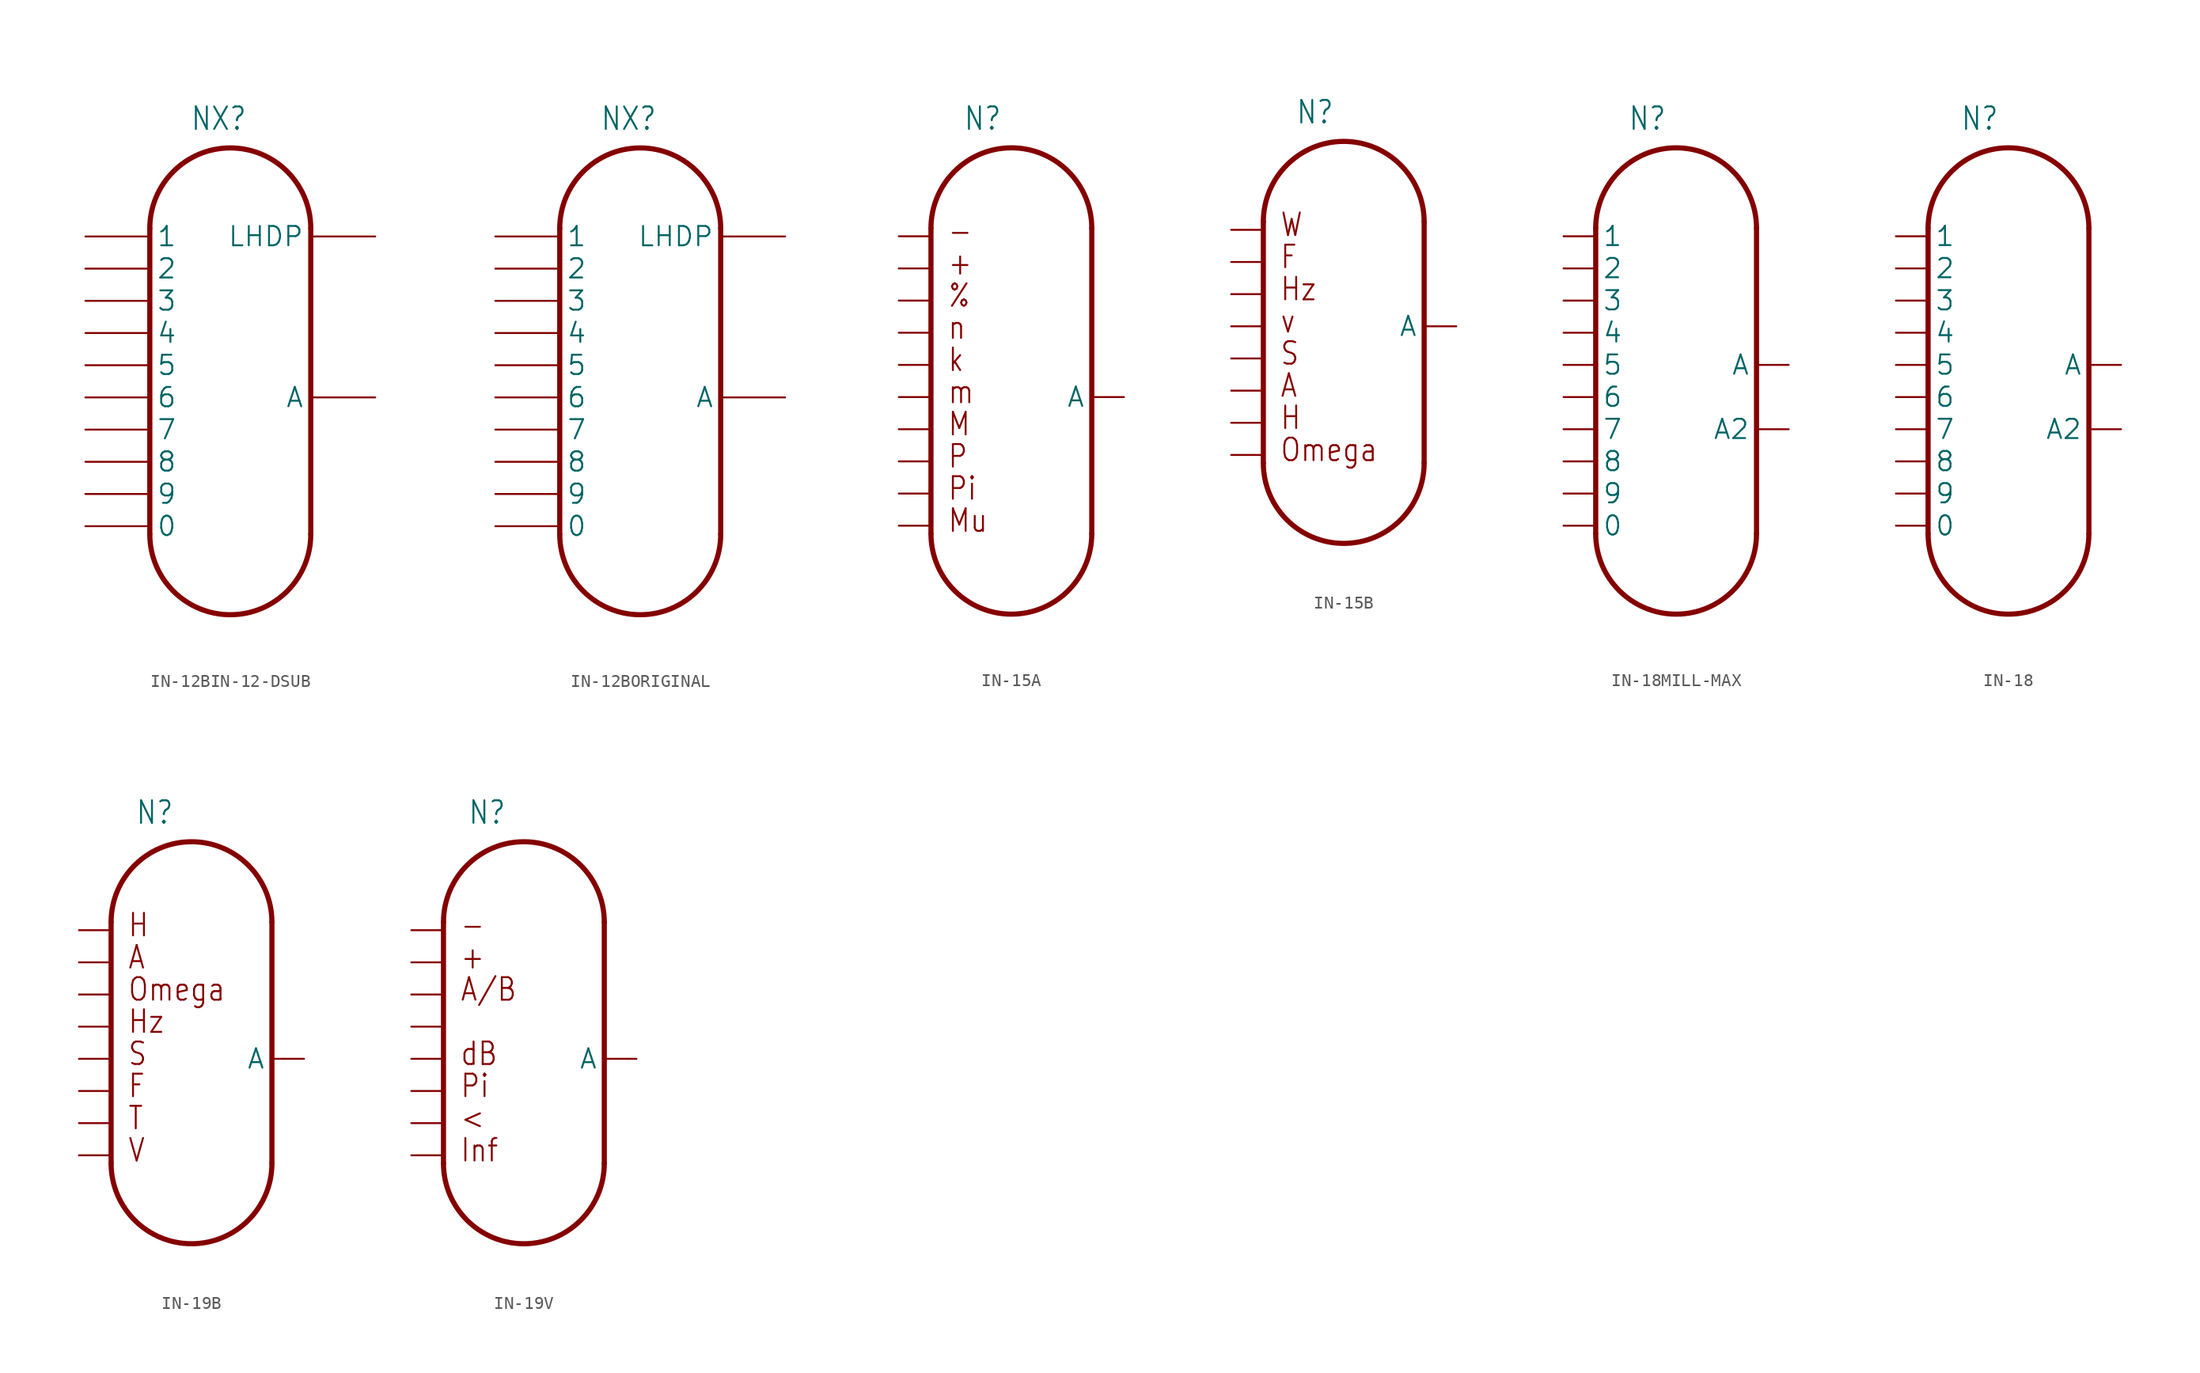
<source format=kicad_sym>
(kicad_symbol_lib
  (version 20241209)
  (generator "kicad_symbol_editor")
  (generator_version "9.0")
  (symbol "IN-12BIN-12-DSUB"
    (property "Reference" "NX"
      (at -4.445 20.955 0)
      (effects (font (size 1.778 1.511)) (justify left bottom)))
    (property "ki_locked" ""
      (at 0 0 0)
      (effects (font (size 1.27 1.27))))
    (symbol "IN-12BIN-12-DSUB_1_0"
      (polyline (pts (xy -7.62 -10.795) (xy -7.62 13.335)) (stroke (width 0.406) (type solid)) (fill (type none)))
      (arc (start -7.62 13.335) (mid -1.27 19.685) (end 5.08 13.335) (stroke (width 0.4064) (type solid)) (fill (type none)))
      (arc (start 5.08 -10.795) (mid -1.27 -17.145) (end -7.62 -10.795) (stroke (width 0.4064) (type solid)) (fill (type none)))
      (polyline (pts (xy 5.08 -10.795) (xy 5.08 13.335)) (stroke (width 0.406) (type solid)) (fill (type none)))
      (pin bidirectional line (at -12.7 12.7 0) (length 5.08) (name "1" (effects (font (size 1.524 1.524)))) (number "1" (effects (font (size 0 0)))))
      (pin bidirectional line (at -12.7 10.16 0) (length 5.08) (name "2" (effects (font (size 1.524 1.524)))) (number "2" (effects (font (size 0 0)))))
      (pin bidirectional line (at -12.7 7.62 0) (length 5.08) (name "3" (effects (font (size 1.524 1.524)))) (number "3" (effects (font (size 0 0)))))
      (pin bidirectional line (at -12.7 5.08 0) (length 5.08) (name "4" (effects (font (size 1.524 1.524)))) (number "4" (effects (font (size 0 0)))))
      (pin bidirectional line (at -12.7 2.54 0) (length 5.08) (name "5" (effects (font (size 1.524 1.524)))) (number "5" (effects (font (size 0 0)))))
      (pin bidirectional line (at -12.7 0 0) (length 5.08) (name "6" (effects (font (size 1.524 1.524)))) (number "6" (effects (font (size 0 0)))))
      (pin bidirectional line (at -12.7 -2.54 0) (length 5.08) (name "7" (effects (font (size 1.524 1.524)))) (number "7" (effects (font (size 0 0)))))
      (pin bidirectional line (at -12.7 -5.08 0) (length 5.08) (name "8" (effects (font (size 1.524 1.524)))) (number "8" (effects (font (size 0 0)))))
      (pin bidirectional line (at -12.7 -7.62 0) (length 5.08) (name "9" (effects (font (size 1.524 1.524)))) (number "9" (effects (font (size 0 0)))))
      (pin bidirectional line (at -12.7 -10.16 0) (length 5.08) (name "0" (effects (font (size 1.524 1.524)))) (number "0" (effects (font (size 0 0)))))
      (pin bidirectional line (at 10.16 12.7 180) (length 5.08) (name "LHDP" (effects (font (size 1.524 1.524)))) (number "LHDP" (effects (font (size 0 0)))))
      (pin bidirectional line (at 10.16 0 180) (length 5.08) (name "A" (effects (font (size 1.524 1.524)))) (number "A" (effects (font (size 0 0)))))))
  (symbol "IN-12BORIGINAL"
    (property "Reference" "NX"
      (at -4.445 20.955 0)
      (effects (font (size 1.778 1.511)) (justify left bottom)))
    (symbol "IN-12BORIGINAL_1_0"
      (polyline (pts (xy -7.62 -10.795) (xy -7.62 13.335)) (stroke (width 0.406) (type solid)) (fill (type none)))
      (arc (start -7.62 13.335) (mid -1.27 19.685) (end 5.08 13.335) (stroke (width 0.4064) (type solid)) (fill (type none)))
      (arc (start 5.08 -10.795) (mid -1.27 -17.145) (end -7.62 -10.795) (stroke (width 0.4064) (type solid)) (fill (type none)))
      (polyline (pts (xy 5.08 -10.795) (xy 5.08 13.335)) (stroke (width 0.406) (type solid)) (fill (type none)))
      (pin bidirectional line (at -12.7 12.7 0) (length 5.08) (name "1" (effects (font (size 1.524 1.524)))) (number "1" (effects (font (size 0 0)))))
      (pin bidirectional line (at -12.7 10.16 0) (length 5.08) (name "2" (effects (font (size 1.524 1.524)))) (number "2" (effects (font (size 0 0)))))
      (pin bidirectional line (at -12.7 7.62 0) (length 5.08) (name "3" (effects (font (size 1.524 1.524)))) (number "3" (effects (font (size 0 0)))))
      (pin bidirectional line (at -12.7 5.08 0) (length 5.08) (name "4" (effects (font (size 1.524 1.524)))) (number "4" (effects (font (size 0 0)))))
      (pin bidirectional line (at -12.7 2.54 0) (length 5.08) (name "5" (effects (font (size 1.524 1.524)))) (number "5" (effects (font (size 0 0)))))
      (pin bidirectional line (at -12.7 0 0) (length 5.08) (name "6" (effects (font (size 1.524 1.524)))) (number "6" (effects (font (size 0 0)))))
      (pin bidirectional line (at -12.7 -2.54 0) (length 5.08) (name "7" (effects (font (size 1.524 1.524)))) (number "7" (effects (font (size 0 0)))))
      (pin bidirectional line (at -12.7 -5.08 0) (length 5.08) (name "8" (effects (font (size 1.524 1.524)))) (number "8" (effects (font (size 0 0)))))
      (pin bidirectional line (at -12.7 -7.62 0) (length 5.08) (name "9" (effects (font (size 1.524 1.524)))) (number "9" (effects (font (size 0 0)))))
      (pin bidirectional line (at -12.7 -10.16 0) (length 5.08) (name "0" (effects (font (size 1.524 1.524)))) (number "0" (effects (font (size 0 0)))))
      (pin bidirectional line (at 10.16 12.7 180) (length 5.08) (name "LHDP" (effects (font (size 1.524 1.524)))) (number "LHDP" (effects (font (size 0 0)))))
      (pin bidirectional line (at 10.16 0 180) (length 5.08) (name "A" (effects (font (size 1.524 1.524)))) (number "A" (effects (font (size 0 0)))))))
  (symbol "IN-15A"
    (property "Reference" "N"
      (at -2.54 20.955 0)
      (effects (font (size 1.778 1.511)) (justify left bottom)))
    (property "ki_locked" ""
      (at 0 0 0)
      (effects (font (size 1.27 1.27))))
    (symbol "IN-15A_1_0"
      (polyline (pts (xy -5.08 -10.795) (xy -5.08 13.335)) (stroke (width 0.406) (type solid)) (fill (type none)))
      (arc (start -5.08 13.335) (mid 1.27 19.685) (end 7.62 13.335) (stroke (width 0.4064) (type solid)) (fill (type none)))
      (arc (start 7.62 -10.795) (mid 1.27 -17.145) (end -5.08 -10.795) (stroke (width 0.4064) (type solid)) (fill (type none)))
      (polyline (pts (xy 7.62 -10.795) (xy 7.62 13.335)) (stroke (width 0.406) (type solid)) (fill (type none)))
      (text "-" (at -3.81 12.065 0) (effects (font (size 1.778 1.511)) (justify left bottom)))
      (text "+" (at -3.81 9.525 0) (effects (font (size 1.778 1.511)) (justify left bottom)))
      (text "%" (at -3.81 6.985 0) (effects (font (size 1.778 1.511)) (justify left bottom)))
      (text "n" (at -3.81 4.445 0) (effects (font (size 1.778 1.511)) (justify left bottom)))
      (text "k" (at -3.81 1.905 0) (effects (font (size 1.778 1.511)) (justify left bottom)))
      (text "m" (at -3.81 -0.635 0) (effects (font (size 1.778 1.511)) (justify left bottom)))
      (text "M" (at -3.81 -3.175 0) (effects (font (size 1.778 1.511)) (justify left bottom)))
      (text "P" (at -3.81 -5.715 0) (effects (font (size 1.778 1.511)) (justify left bottom)))
      (text "Pi" (at -3.81 -8.255 0) (effects (font (size 1.778 1.511)) (justify left bottom)))
      (text "Mu" (at -3.81 -10.795 0) (effects (font (size 1.778 1.511)) (justify left bottom)))
      (pin bidirectional line (at -7.62 12.7 0) (length 2.54) (name "P$1" (effects (font (size 0 0)))) (number "8" (effects (font (size 0 0)))))
      (pin bidirectional line (at -7.62 10.16 0) (length 2.54) (name "P$2" (effects (font (size 0 0)))) (number "7" (effects (font (size 0 0)))))
      (pin bidirectional line (at -7.62 7.62 0) (length 2.54) (name "P$3" (effects (font (size 0 0)))) (number "2" (effects (font (size 0 0)))))
      (pin bidirectional line (at -7.62 5.08 0) (length 2.54) (name "P$4" (effects (font (size 0 0)))) (number "1" (effects (font (size 0 0)))))
      (pin bidirectional line (at -7.62 2.54 0) (length 2.54) (name "P$5" (effects (font (size 0 0)))) (number "4" (effects (font (size 0 0)))))
      (pin bidirectional line (at -7.62 0 0) (length 2.54) (name "P$6" (effects (font (size 0 0)))) (number "6" (effects (font (size 0 0)))))
      (pin bidirectional line (at -7.62 -2.54 0) (length 2.54) (name "P$7" (effects (font (size 0 0)))) (number "5" (effects (font (size 0 0)))))
      (pin bidirectional line (at -7.62 -5.08 0) (length 2.54) (name "P$8" (effects (font (size 0 0)))) (number "9" (effects (font (size 0 0)))))
      (pin bidirectional line (at -7.62 -7.62 0) (length 2.54) (name "P$9" (effects (font (size 0 0)))) (number "3" (effects (font (size 0 0)))))
      (pin bidirectional line (at -7.62 -10.16 0) (length 2.54) (name "P$10" (effects (font (size 0 0)))) (number "0" (effects (font (size 0 0)))))
      (pin bidirectional line (at 10.16 0 180) (length 2.54) (name "A" (effects (font (size 1.524 1.524)))) (number "A" (effects (font (size 0 0)))))))
  (symbol "IN-15B"
    (property "Reference" "N"
      (at -2.54 20.955 0)
      (effects (font (size 1.778 1.511)) (justify left bottom)))
    (property "ki_locked" ""
      (at 0 0 0)
      (effects (font (size 1.27 1.27))))
    (symbol "IN-15B_1_0"
      (polyline (pts (xy -5.08 -5.715) (xy -5.08 13.335)) (stroke (width 0.406) (type solid)) (fill (type none)))
      (arc (start -5.08 13.335) (mid 1.27 19.685) (end 7.62 13.335) (stroke (width 0.4064) (type solid)) (fill (type none)))
      (arc (start 7.62 -5.7148) (mid 1.2701 -12.0649) (end -5.08 -5.715) (stroke (width 0.4064) (type solid)) (fill (type none)))
      (polyline (pts (xy 7.62 -5.715) (xy 7.62 13.335)) (stroke (width 0.406) (type solid)) (fill (type none)))
      (text "W" (at -3.81 12.065 0) (effects (font (size 1.778 1.511)) (justify left bottom)))
      (text "F" (at -3.81 9.525 0) (effects (font (size 1.778 1.511)) (justify left bottom)))
      (text "Hz" (at -3.81 6.985 0) (effects (font (size 1.778 1.511)) (justify left bottom)))
      (text "v" (at -3.81 4.445 0) (effects (font (size 1.778 1.511)) (justify left bottom)))
      (text "S" (at -3.81 1.905 0) (effects (font (size 1.778 1.511)) (justify left bottom)))
      (text "A" (at -3.81 -0.635 0) (effects (font (size 1.778 1.511)) (justify left bottom)))
      (text "H" (at -3.81 -3.175 0) (effects (font (size 1.778 1.511)) (justify left bottom)))
      (text "Omega" (at -3.81 -5.715 0) (effects (font (size 1.778 1.511)) (justify left bottom)))
      (pin bidirectional line (at -7.62 12.7 0) (length 2.54) (name "P$1" (effects (font (size 0 0)))) (number "0" (effects (font (size 0 0)))))
      (pin bidirectional line (at -7.62 10.16 0) (length 2.54) (name "P$2" (effects (font (size 0 0)))) (number "9" (effects (font (size 0 0)))))
      (pin bidirectional line (at -7.62 7.62 0) (length 2.54) (name "P$3" (effects (font (size 0 0)))) (number "7" (effects (font (size 0 0)))))
      (pin bidirectional line (at -7.62 5.08 0) (length 2.54) (name "P$4" (effects (font (size 0 0)))) (number "5" (effects (font (size 0 0)))))
      (pin bidirectional line (at -7.62 2.54 0) (length 2.54) (name "P$5" (effects (font (size 0 0)))) (number "4" (effects (font (size 0 0)))))
      (pin bidirectional line (at -7.62 0 0) (length 2.54) (name "P$6" (effects (font (size 0 0)))) (number "1" (effects (font (size 0 0)))))
      (pin bidirectional line (at -7.62 -2.54 0) (length 2.54) (name "P$7" (effects (font (size 0 0)))) (number "6" (effects (font (size 0 0)))))
      (pin bidirectional line (at -7.62 -5.08 0) (length 2.54) (name "P$8" (effects (font (size 0 0)))) (number "2" (effects (font (size 0 0)))))
      (pin bidirectional line (at 10.16 5.08 180) (length 2.54) (name "A" (effects (font (size 1.524 1.524)))) (number "A" (effects (font (size 0 0)))))))
  (symbol "IN-18MILL-MAX"
    (property "Reference" "N"
      (at -5.08 20.955 0)
      (effects (font (size 1.778 1.511)) (justify left bottom)))
    (property "ki_locked" ""
      (at 0 0 0)
      (effects (font (size 1.27 1.27))))
    (symbol "IN-18MILL-MAX_1_0"
      (polyline (pts (xy -7.62 -10.795) (xy -7.62 13.335)) (stroke (width 0.406) (type solid)) (fill (type none)))
      (arc (start -7.62 13.335) (mid -1.27 19.685) (end 5.08 13.335) (stroke (width 0.4064) (type solid)) (fill (type none)))
      (arc (start 5.08 -10.795) (mid -1.27 -17.145) (end -7.62 -10.795) (stroke (width 0.4064) (type solid)) (fill (type none)))
      (polyline (pts (xy 5.08 -10.795) (xy 5.08 13.335)) (stroke (width 0.406) (type solid)) (fill (type none)))
      (pin bidirectional line (at -10.16 12.7 0) (length 2.54) (name "1" (effects (font (size 1.524 1.524)))) (number "1" (effects (font (size 0 0)))))
      (pin bidirectional line (at -10.16 10.16 0) (length 2.54) (name "2" (effects (font (size 1.524 1.524)))) (number "2" (effects (font (size 0 0)))))
      (pin bidirectional line (at -10.16 7.62 0) (length 2.54) (name "3" (effects (font (size 1.524 1.524)))) (number "3" (effects (font (size 0 0)))))
      (pin bidirectional line (at -10.16 5.08 0) (length 2.54) (name "4" (effects (font (size 1.524 1.524)))) (number "4" (effects (font (size 0 0)))))
      (pin bidirectional line (at -10.16 2.54 0) (length 2.54) (name "5" (effects (font (size 1.524 1.524)))) (number "5" (effects (font (size 0 0)))))
      (pin bidirectional line (at -10.16 0 0) (length 2.54) (name "6" (effects (font (size 1.524 1.524)))) (number "6" (effects (font (size 0 0)))))
      (pin bidirectional line (at -10.16 -2.54 0) (length 2.54) (name "7" (effects (font (size 1.524 1.524)))) (number "7" (effects (font (size 0 0)))))
      (pin bidirectional line (at -10.16 -5.08 0) (length 2.54) (name "8" (effects (font (size 1.524 1.524)))) (number "8" (effects (font (size 0 0)))))
      (pin bidirectional line (at -10.16 -7.62 0) (length 2.54) (name "9" (effects (font (size 1.524 1.524)))) (number "9" (effects (font (size 0 0)))))
      (pin bidirectional line (at -10.16 -10.16 0) (length 2.54) (name "0" (effects (font (size 1.524 1.524)))) (number "0" (effects (font (size 0 0)))))
      (pin bidirectional line (at 7.62 2.54 180) (length 2.54) (name "A" (effects (font (size 1.524 1.524)))) (number "A" (effects (font (size 0 0)))))
      (pin bidirectional line (at 7.62 -2.54 180) (length 2.54) (name "A2" (effects (font (size 1.524 1.524)))) (number "A2" (effects (font (size 0 0)))))))
  (symbol "IN-18"
    (property "Reference" "N"
      (at -5.08 20.955 0)
      (effects (font (size 1.778 1.511)) (justify left bottom)))
    (property "ki_locked" ""
      (at 0 0 0)
      (effects (font (size 1.27 1.27))))
    (symbol "IN-18_1_0"
      (polyline (pts (xy -7.62 -10.795) (xy -7.62 13.335)) (stroke (width 0.406) (type solid)) (fill (type none)))
      (arc (start -7.62 13.335) (mid -1.27 19.685) (end 5.08 13.335) (stroke (width 0.4064) (type solid)) (fill (type none)))
      (arc (start 5.08 -10.795) (mid -1.27 -17.145) (end -7.62 -10.795) (stroke (width 0.4064) (type solid)) (fill (type none)))
      (polyline (pts (xy 5.08 -10.795) (xy 5.08 13.335)) (stroke (width 0.406) (type solid)) (fill (type none)))
      (pin bidirectional line (at -10.16 12.7 0) (length 2.54) (name "1" (effects (font (size 1.524 1.524)))) (number "1" (effects (font (size 0 0)))))
      (pin bidirectional line (at -10.16 10.16 0) (length 2.54) (name "2" (effects (font (size 1.524 1.524)))) (number "2" (effects (font (size 0 0)))))
      (pin bidirectional line (at -10.16 7.62 0) (length 2.54) (name "3" (effects (font (size 1.524 1.524)))) (number "3" (effects (font (size 0 0)))))
      (pin bidirectional line (at -10.16 5.08 0) (length 2.54) (name "4" (effects (font (size 1.524 1.524)))) (number "4" (effects (font (size 0 0)))))
      (pin bidirectional line (at -10.16 2.54 0) (length 2.54) (name "5" (effects (font (size 1.524 1.524)))) (number "5" (effects (font (size 0 0)))))
      (pin bidirectional line (at -10.16 0 0) (length 2.54) (name "6" (effects (font (size 1.524 1.524)))) (number "6" (effects (font (size 0 0)))))
      (pin bidirectional line (at -10.16 -2.54 0) (length 2.54) (name "7" (effects (font (size 1.524 1.524)))) (number "7" (effects (font (size 0 0)))))
      (pin bidirectional line (at -10.16 -5.08 0) (length 2.54) (name "8" (effects (font (size 1.524 1.524)))) (number "8" (effects (font (size 0 0)))))
      (pin bidirectional line (at -10.16 -7.62 0) (length 2.54) (name "9" (effects (font (size 1.524 1.524)))) (number "9" (effects (font (size 0 0)))))
      (pin bidirectional line (at -10.16 -10.16 0) (length 2.54) (name "0" (effects (font (size 1.524 1.524)))) (number "0" (effects (font (size 0 0)))))
      (pin bidirectional line (at 7.62 2.54 180) (length 2.54) (name "A" (effects (font (size 1.524 1.524)))) (number "A" (effects (font (size 0 0)))))
      (pin bidirectional line (at 7.62 -2.54 180) (length 2.54) (name "A2" (effects (font (size 1.524 1.524)))) (number "A2" (effects (font (size 0 0)))))))
  (symbol "IN-19B"
    (property "Reference" "N"
      (at -3.175 20.955 0)
      (effects (font (size 1.778 1.511)) (justify left bottom)))
    (property "ki_locked" ""
      (at 0 0 0)
      (effects (font (size 1.27 1.27))))
    (symbol "IN-19B_1_0"
      (polyline (pts (xy -5.08 -5.715) (xy -5.08 13.335)) (stroke (width 0.406) (type solid)) (fill (type none)))
      (arc (start -5.08 13.335) (mid 1.27 19.685) (end 7.62 13.335) (stroke (width 0.4064) (type solid)) (fill (type none)))
      (arc (start 7.62 -5.7148) (mid 1.2701 -12.0649) (end -5.08 -5.715) (stroke (width 0.4064) (type solid)) (fill (type none)))
      (polyline (pts (xy 7.62 -5.715) (xy 7.62 13.335)) (stroke (width 0.406) (type solid)) (fill (type none)))
      (text "H" (at -3.81 12.065 0) (effects (font (size 1.778 1.511)) (justify left bottom)))
      (text "A" (at -3.81 9.525 0) (effects (font (size 1.778 1.511)) (justify left bottom)))
      (text "Omega" (at -3.81 6.985 0) (effects (font (size 1.778 1.511)) (justify left bottom)))
      (text "Hz" (at -3.81 4.445 0) (effects (font (size 1.778 1.511)) (justify left bottom)))
      (text "S" (at -3.81 1.905 0) (effects (font (size 1.778 1.511)) (justify left bottom)))
      (text "F" (at -3.81 -0.635 0) (effects (font (size 1.778 1.511)) (justify left bottom)))
      (text "T" (at -3.81 -3.175 0) (effects (font (size 1.778 1.511)) (justify left bottom)))
      (text "V" (at -3.81 -5.715 0) (effects (font (size 1.778 1.511)) (justify left bottom)))
      (pin bidirectional line (at -7.62 12.7 0) (length 2.54) (name "P$1" (effects (font (size 0 0)))) (number "5" (effects (font (size 0 0)))))
      (pin bidirectional line (at -7.62 10.16 0) (length 2.54) (name "P$2" (effects (font (size 0 0)))) (number "11" (effects (font (size 0 0)))))
      (pin bidirectional line (at -7.62 7.62 0) (length 2.54) (name "P$3" (effects (font (size 0 0)))) (number "12" (effects (font (size 0 0)))))
      (pin bidirectional line (at -7.62 5.08 0) (length 2.54) (name "P$4" (effects (font (size 0 0)))) (number "14" (effects (font (size 0 0)))))
      (pin bidirectional line (at -7.62 2.54 0) (length 2.54) (name "P$5" (effects (font (size 0 0)))) (number "2" (effects (font (size 0 0)))))
      (pin bidirectional line (at -7.62 0 0) (length 2.54) (name "P$6" (effects (font (size 0 0)))) (number "4" (effects (font (size 0 0)))))
      (pin bidirectional line (at -7.62 -2.54 0) (length 2.54) (name "P$7" (effects (font (size 0 0)))) (number "10" (effects (font (size 0 0)))))
      (pin bidirectional line (at -7.62 -5.08 0) (length 2.54) (name "P$8" (effects (font (size 0 0)))) (number "6" (effects (font (size 0 0)))))
      (pin bidirectional line (at 10.16 2.54 180) (length 2.54) (name "A" (effects (font (size 1.524 1.524)))) (number "8" (effects (font (size 0 0)))))))
  (symbol "IN-19V"
    (property "Reference" "N"
      (at -3.175 20.955 0)
      (effects (font (size 1.778 1.511)) (justify left bottom)))
    (property "ki_locked" ""
      (at 0 0 0)
      (effects (font (size 1.27 1.27))))
    (symbol "IN-19V_1_0"
      (polyline (pts (xy -5.08 -5.715) (xy -5.08 13.335)) (stroke (width 0.406) (type solid)) (fill (type none)))
      (arc (start -5.08 13.335) (mid 1.27 19.685) (end 7.62 13.335) (stroke (width 0.4064) (type solid)) (fill (type none)))
      (arc (start 7.62 -5.7148) (mid 1.2701 -12.0649) (end -5.08 -5.715) (stroke (width 0.4064) (type solid)) (fill (type none)))
      (polyline (pts (xy 7.62 -5.715) (xy 7.62 13.335)) (stroke (width 0.406) (type solid)) (fill (type none)))
      (text "-" (at -3.81 12.065 0) (effects (font (size 1.778 1.511)) (justify left bottom)))
      (text "+" (at -3.81 9.525 0) (effects (font (size 1.778 1.511)) (justify left bottom)))
      (text "A/B" (at -3.81 6.985 0) (effects (font (size 1.778 1.511)) (justify left bottom)))
      (text "${}" (at -3.81 4.445 0) (effects (font (size 1.778 1.511)) (justify left bottom)))
      (text "dB" (at -3.81 1.905 0) (effects (font (size 1.778 1.511)) (justify left bottom)))
      (text "Pi" (at -3.81 -0.635 0) (effects (font (size 1.778 1.511)) (justify left bottom)))
      (text "<" (at -3.81 -3.175 0) (effects (font (size 1.778 1.511)) (justify left bottom)))
      (text "Inf" (at -3.81 -5.715 0) (effects (font (size 1.778 1.511)) (justify left bottom)))
      (pin bidirectional line (at -7.62 12.7 0) (length 2.54) (name "P$1" (effects (font (size 0 0)))) (number "10" (effects (font (size 0 0)))))
      (pin bidirectional line (at -7.62 10.16 0) (length 2.54) (name "P$2" (effects (font (size 0 0)))) (number "12" (effects (font (size 0 0)))))
      (pin bidirectional line (at -7.62 7.62 0) (length 2.54) (name "P$3" (effects (font (size 0 0)))) (number "4" (effects (font (size 0 0)))))
      (pin bidirectional line (at -7.62 5.08 0) (length 2.54) (name "P$4" (effects (font (size 0 0)))) (number "11" (effects (font (size 0 0)))))
      (pin bidirectional line (at -7.62 2.54 0) (length 2.54) (name "P$5" (effects (font (size 0 0)))) (number "14" (effects (font (size 0 0)))))
      (pin bidirectional line (at -7.62 0 0) (length 2.54) (name "P$6" (effects (font (size 0 0)))) (number "2" (effects (font (size 0 0)))))
      (pin bidirectional line (at -7.62 -2.54 0) (length 2.54) (name "P$7" (effects (font (size 0 0)))) (number "6" (effects (font (size 0 0)))))
      (pin bidirectional line (at -7.62 -5.08 0) (length 2.54) (name "P$8" (effects (font (size 0 0)))) (number "5" (effects (font (size 0 0)))))
      (pin bidirectional line (at 10.16 2.54 180) (length 2.54) (name "A" (effects (font (size 1.524 1.524)))) (number "8" (effects (font (size 0 0))))))))
</source>
